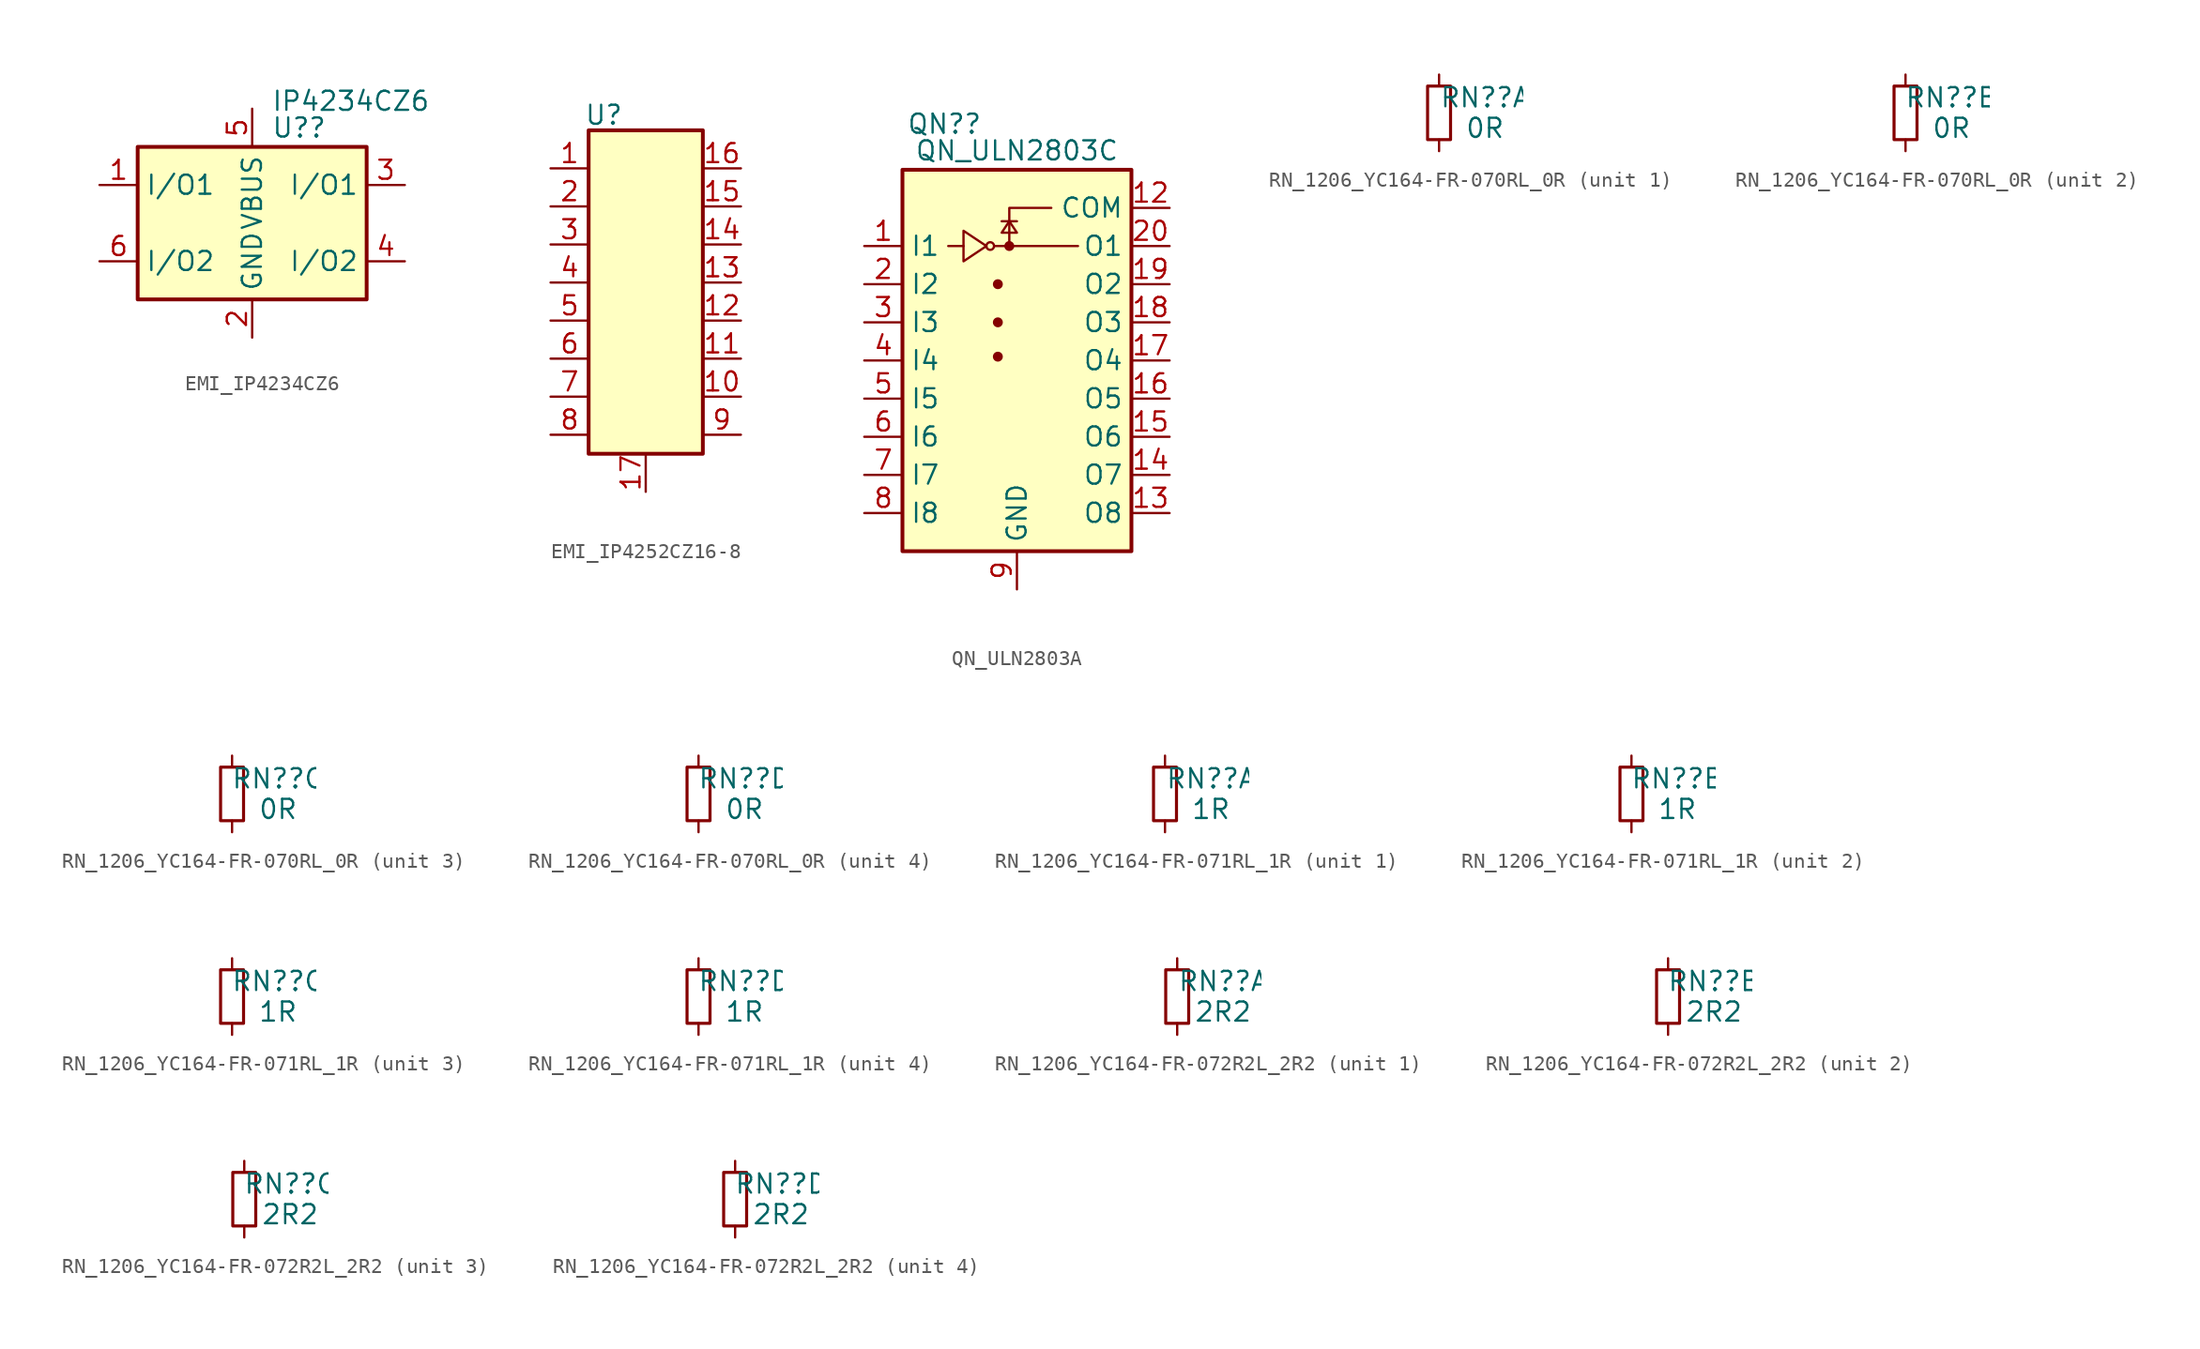
<source format=kicad_sym>
(kicad_symbol_lib
  (version 20231120)
  (generator "kicad_symbol_editor")
  (generator_version "8.0")
  (symbol "EMI_IP4234CZ6"
    (property "Reference" "U?"
      (at 1.27 6.35 0)
      (effects (font (size 1.27 1.27)) (justify left)))
    (property "Value" "IP4234CZ6"
      (at 1.27 8.128 0)
      (effects (font (size 1.27 1.27)) (justify left)))
    (symbol "EMI_IP4234CZ6_0_1"
      (rectangle (start -7.62 5.08) (end 7.62 -5.08) (stroke (width 0.254) (type default)) (fill (type background))))
    (symbol "EMI_IP4234CZ6_1_1"
      (pin passive line (at -10.16 2.54 0) (length 2.54) (name "I/O1" (effects (font (size 1.27 1.27)))) (number "1" (effects (font (size 1.27 1.27)))))
      (pin passive line (at 0 -7.62 90) (length 2.54) (name "GND" (effects (font (size 1.27 1.27)))) (number "2" (effects (font (size 1.27 1.27)))))
      (pin passive line (at 10.16 2.54 180) (length 2.54) (name "I/O1" (effects (font (size 1.27 1.27)))) (number "3" (effects (font (size 1.27 1.27)))))
      (pin passive line (at 10.16 -2.54 180) (length 2.54) (name "I/O2" (effects (font (size 1.27 1.27)))) (number "4" (effects (font (size 1.27 1.27)))))
      (pin passive line (at 0 7.62 270) (length 2.54) (name "VBUS" (effects (font (size 1.27 1.27)))) (number "5" (effects (font (size 1.27 1.27)))))
      (pin passive line (at -10.16 -2.54 0) (length 2.54) (name "I/O2" (effects (font (size 1.27 1.27)))) (number "6" (effects (font (size 1.27 1.27)))))))
  (symbol "EMI_IP4252CZ16-8"
    (property "Reference" "U"
      (at -2.794 3.556 0)
      (effects (font (size 1.27 1.27))))
    (property "Value" ""
      (at 0.254 -0.254 0)
      (effects (font (size 1.27 1.27))))
    (symbol "EMI_IP4252CZ16-8_0_1"
      (rectangle (start -3.81 2.54) (end 3.81 -19.05) (stroke (width 0.254) (type default)) (fill (type background))))
    (symbol "EMI_IP4252CZ16-8_1_1"
      (pin passive line (at -6.35 0 0) (length 2.54) (name "" (effects (font (size 1.27 1.27)))) (number "1" (effects (font (size 1.27 1.27)))))
      (pin passive line (at 6.35 -15.24 180) (length 2.54) (name "" (effects (font (size 1.27 1.27)))) (number "10" (effects (font (size 1.27 1.27)))))
      (pin passive line (at 6.35 -12.7 180) (length 2.54) (name "" (effects (font (size 1.27 1.27)))) (number "11" (effects (font (size 1.27 1.27)))))
      (pin passive line (at 6.35 -10.16 180) (length 2.54) (name "" (effects (font (size 1.27 1.27)))) (number "12" (effects (font (size 1.27 1.27)))))
      (pin passive line (at 6.35 -7.62 180) (length 2.54) (name "" (effects (font (size 1.27 1.27)))) (number "13" (effects (font (size 1.27 1.27)))))
      (pin passive line (at 6.35 -5.08 180) (length 2.54) (name "" (effects (font (size 1.27 1.27)))) (number "14" (effects (font (size 1.27 1.27)))))
      (pin passive line (at 6.35 -2.54 180) (length 2.54) (name "" (effects (font (size 1.27 1.27)))) (number "15" (effects (font (size 1.27 1.27)))))
      (pin passive line (at 6.35 0 180) (length 2.54) (name "" (effects (font (size 1.27 1.27)))) (number "16" (effects (font (size 1.27 1.27)))))
      (pin power_in line (at 0 -21.59 90) (length 2.54) (name "" (effects (font (size 1.27 1.27)))) (number "17" (effects (font (size 1.27 1.27)))))
      (pin passive line (at -6.35 -2.54 0) (length 2.54) (name "" (effects (font (size 1.27 1.27)))) (number "2" (effects (font (size 1.27 1.27)))))
      (pin passive line (at -6.35 -5.08 0) (length 2.54) (name "" (effects (font (size 1.27 1.27)))) (number "3" (effects (font (size 1.27 1.27)))))
      (pin passive line (at -6.35 -7.62 0) (length 2.54) (name "" (effects (font (size 1.27 1.27)))) (number "4" (effects (font (size 1.27 1.27)))))
      (pin passive line (at -6.35 -10.16 0) (length 2.54) (name "" (effects (font (size 1.27 1.27)))) (number "5" (effects (font (size 1.27 1.27)))))
      (pin passive line (at -6.35 -12.7 0) (length 2.54) (name "" (effects (font (size 1.27 1.27)))) (number "6" (effects (font (size 1.27 1.27)))))
      (pin passive line (at -6.35 -15.24 0) (length 2.54) (name "" (effects (font (size 1.27 1.27)))) (number "7" (effects (font (size 1.27 1.27)))))
      (pin passive line (at -6.35 -17.78 0) (length 2.54) (name "" (effects (font (size 1.27 1.27)))) (number "8" (effects (font (size 1.27 1.27)))))
      (pin passive line (at 6.35 -17.78 180) (length 2.54) (name "" (effects (font (size 1.27 1.27)))) (number "9" (effects (font (size 1.27 1.27)))))))
  (symbol "QN_ULN2803A"
    (property "Reference" "QN?"
      (at -4.826 13.208 0)
      (effects (font (size 1.27 1.27))))
    (property "Value" "QN_ULN2803C"
      (at 0 11.43 0)
      (effects (font (size 1.27 1.27))))
    (symbol "QN_ULN2803A_0_1"
      (rectangle (start -7.62 10.16) (end 7.62 -15.24) (stroke (width 0.254) (type default)) (fill (type background)))
      (circle (center -1.778 5.08) (radius 0.254) (stroke (width 0) (type default)) (fill (type none)))
      (circle (center -1.27 -2.286) (radius 0.254) (stroke (width 0) (type default)) (fill (type outline)))
      (circle (center -1.27 0) (radius 0.254) (stroke (width 0) (type default)) (fill (type outline)))
      (circle (center -1.27 2.54) (radius 0.254) (stroke (width 0) (type default)) (fill (type outline)))
      (circle (center -0.508 5.08) (radius 0.254) (stroke (width 0) (type default)) (fill (type outline)))
      (polyline (pts (xy -4.572 5.08) (xy -3.556 5.08)) (stroke (width 0) (type default)) (fill (type none)))
      (polyline (pts (xy -1.524 5.08) (xy 4.064 5.08)) (stroke (width 0) (type default)) (fill (type none)))
      (polyline (pts (xy 0 6.731) (xy -1.016 6.731)) (stroke (width 0) (type default)) (fill (type none)))
      (polyline (pts (xy -0.508 5.08) (xy -0.508 7.62) (xy 2.286 7.62)) (stroke (width 0) (type default)) (fill (type none)))
      (polyline (pts (xy -3.556 6.096) (xy -3.556 4.064) (xy -2.032 5.08) (xy -3.556 6.096)) (stroke (width 0) (type default)) (fill (type none)))
      (polyline (pts (xy 0 5.969) (xy -1.016 5.969) (xy -0.508 6.731) (xy 0 5.969)) (stroke (width 0) (type default)) (fill (type none))))
    (symbol "QN_ULN2803A_1_0"
      (pin no_connect line (at -10.16 8.89 0) (length 2.54) hide (name "nc" (effects (font (size 1.27 1.27)))) (number "10" (effects (font (size 1.27 1.27)))))
      (pin no_connect line (at -10.16 8.89 0) (length 2.54) hide (name "nc" (effects (font (size 1.27 1.27)))) (number "11" (effects (font (size 1.27 1.27))))))
    (symbol "QN_ULN2803A_1_1"
      (pin input line (at -10.16 5.08 0) (length 2.54) (name "I1" (effects (font (size 1.27 1.27)))) (number "1" (effects (font (size 1.27 1.27)))))
      (pin passive line (at 10.16 7.62 180) (length 2.54) (name "COM" (effects (font (size 1.27 1.27)))) (number "12" (effects (font (size 1.27 1.27)))))
      (pin open_collector line (at 10.16 -12.7 180) (length 2.54) (name "O8" (effects (font (size 1.27 1.27)))) (number "13" (effects (font (size 1.27 1.27)))))
      (pin open_collector line (at 10.16 -10.16 180) (length 2.54) (name "O7" (effects (font (size 1.27 1.27)))) (number "14" (effects (font (size 1.27 1.27)))))
      (pin open_collector line (at 10.16 -7.62 180) (length 2.54) (name "O6" (effects (font (size 1.27 1.27)))) (number "15" (effects (font (size 1.27 1.27)))))
      (pin open_collector line (at 10.16 -5.08 180) (length 2.54) (name "O5" (effects (font (size 1.27 1.27)))) (number "16" (effects (font (size 1.27 1.27)))))
      (pin open_collector line (at 10.16 -2.54 180) (length 2.54) (name "O4" (effects (font (size 1.27 1.27)))) (number "17" (effects (font (size 1.27 1.27)))))
      (pin open_collector line (at 10.16 0 180) (length 2.54) (name "O3" (effects (font (size 1.27 1.27)))) (number "18" (effects (font (size 1.27 1.27)))))
      (pin open_collector line (at 10.16 2.54 180) (length 2.54) (name "O2" (effects (font (size 1.27 1.27)))) (number "19" (effects (font (size 1.27 1.27)))))
      (pin input line (at -10.16 2.54 0) (length 2.54) (name "I2" (effects (font (size 1.27 1.27)))) (number "2" (effects (font (size 1.27 1.27)))))
      (pin open_collector line (at 10.16 5.08 180) (length 2.54) (name "O1" (effects (font (size 1.27 1.27)))) (number "20" (effects (font (size 1.27 1.27)))))
      (pin input line (at -10.16 0 0) (length 2.54) (name "I3" (effects (font (size 1.27 1.27)))) (number "3" (effects (font (size 1.27 1.27)))))
      (pin input line (at -10.16 -2.54 0) (length 2.54) (name "I4" (effects (font (size 1.27 1.27)))) (number "4" (effects (font (size 1.27 1.27)))))
      (pin input line (at -10.16 -5.08 0) (length 2.54) (name "I5" (effects (font (size 1.27 1.27)))) (number "5" (effects (font (size 1.27 1.27)))))
      (pin input line (at -10.16 -7.62 0) (length 2.54) (name "I6" (effects (font (size 1.27 1.27)))) (number "6" (effects (font (size 1.27 1.27)))))
      (pin input line (at -10.16 -10.16 0) (length 2.54) (name "I7" (effects (font (size 1.27 1.27)))) (number "7" (effects (font (size 1.27 1.27)))))
      (pin input line (at -10.16 -12.7 0) (length 2.54) (name "I8" (effects (font (size 1.27 1.27)))) (number "8" (effects (font (size 1.27 1.27)))))
      (pin power_in line (at 0 -17.78 90) (length 2.54) (name "GND" (effects (font (size 1.27 1.27)))) (number "9" (effects (font (size 1.27 1.27)))))))
  (symbol "RN_1206_YC164-FR-070RL_0R"
    (pin_numbers hide)
    (pin_names
      (offset 1.016) hide)
    (property "Reference" "RN?"
      (at 3.048 1.016 0)
      (effects (font (size 1.27 1.27))))
    (property "Value" "0R"
      (at 3.048 -1.016 0)
      (effects (font (size 1.27 1.27))))
    (symbol "RN_1206_YC164-FR-070RL_0R_0_1"
      (rectangle (start -0.762 1.778) (end 0.762 -1.778) (stroke (width 0.203) (type default)) (fill (type none))))
    (symbol "RN_1206_YC164-FR-070RL_0R_1_1"
      (pin passive line (at 0 2.54 270) (length 0.762) (name "~" (effects (font (size 1.27 1.27)))) (number "1" (effects (font (size 1.27 1.27)))))
      (pin passive line (at 0 -2.54 90) (length 0.762) (name "~" (effects (font (size 1.27 1.27)))) (number "8" (effects (font (size 1.27 1.27))))))
    (symbol "RN_1206_YC164-FR-070RL_0R_2_1"
      (pin passive line (at 0 2.54 270) (length 0.762) (name "~" (effects (font (size 1.27 1.27)))) (number "2" (effects (font (size 1.27 1.27)))))
      (pin passive line (at 0 -2.54 90) (length 0.762) (name "~" (effects (font (size 1.27 1.27)))) (number "7" (effects (font (size 1.27 1.27))))))
    (symbol "RN_1206_YC164-FR-070RL_0R_3_1"
      (pin passive line (at 0 2.54 270) (length 0.762) (name "~" (effects (font (size 1.27 1.27)))) (number "3" (effects (font (size 1.27 1.27)))))
      (pin passive line (at 0 -2.54 90) (length 0.762) (name "~" (effects (font (size 1.27 1.27)))) (number "6" (effects (font (size 1.27 1.27))))))
    (symbol "RN_1206_YC164-FR-070RL_0R_4_1"
      (pin passive line (at 0 2.54 270) (length 0.762) (name "~" (effects (font (size 1.27 1.27)))) (number "4" (effects (font (size 1.27 1.27)))))
      (pin passive line (at 0 -2.54 90) (length 0.762) (name "~" (effects (font (size 1.27 1.27)))) (number "5" (effects (font (size 1.27 1.27)))))))
  (symbol "RN_1206_YC164-FR-071RL_1R"
    (pin_numbers hide)
    (pin_names
      (offset 1.016) hide)
    (property "Reference" "RN?"
      (at 3.048 1.016 0)
      (effects (font (size 1.27 1.27))))
    (property "Value" "1R"
      (at 3.048 -1.016 0)
      (effects (font (size 1.27 1.27))))
    (symbol "RN_1206_YC164-FR-071RL_1R_0_1"
      (rectangle (start -0.762 1.778) (end 0.762 -1.778) (stroke (width 0.203) (type default)) (fill (type none))))
    (symbol "RN_1206_YC164-FR-071RL_1R_1_1"
      (pin passive line (at 0 2.54 270) (length 0.762) (name "~" (effects (font (size 1.27 1.27)))) (number "1" (effects (font (size 1.27 1.27)))))
      (pin passive line (at 0 -2.54 90) (length 0.762) (name "~" (effects (font (size 1.27 1.27)))) (number "8" (effects (font (size 1.27 1.27))))))
    (symbol "RN_1206_YC164-FR-071RL_1R_2_1"
      (pin passive line (at 0 2.54 270) (length 0.762) (name "~" (effects (font (size 1.27 1.27)))) (number "2" (effects (font (size 1.27 1.27)))))
      (pin passive line (at 0 -2.54 90) (length 0.762) (name "~" (effects (font (size 1.27 1.27)))) (number "7" (effects (font (size 1.27 1.27))))))
    (symbol "RN_1206_YC164-FR-071RL_1R_3_1"
      (pin passive line (at 0 2.54 270) (length 0.762) (name "~" (effects (font (size 1.27 1.27)))) (number "3" (effects (font (size 1.27 1.27)))))
      (pin passive line (at 0 -2.54 90) (length 0.762) (name "~" (effects (font (size 1.27 1.27)))) (number "6" (effects (font (size 1.27 1.27))))))
    (symbol "RN_1206_YC164-FR-071RL_1R_4_1"
      (pin passive line (at 0 2.54 270) (length 0.762) (name "~" (effects (font (size 1.27 1.27)))) (number "4" (effects (font (size 1.27 1.27)))))
      (pin passive line (at 0 -2.54 90) (length 0.762) (name "~" (effects (font (size 1.27 1.27)))) (number "5" (effects (font (size 1.27 1.27)))))))
  (symbol "RN_1206_YC164-FR-072R2L_2R2"
    (pin_numbers hide)
    (pin_names
      (offset 1.016) hide)
    (property "Reference" "RN?"
      (at 3.048 1.016 0)
      (effects (font (size 1.27 1.27))))
    (property "Value" "2R2"
      (at 3.048 -1.016 0)
      (effects (font (size 1.27 1.27))))
    (symbol "RN_1206_YC164-FR-072R2L_2R2_0_1"
      (rectangle (start -0.762 1.778) (end 0.762 -1.778) (stroke (width 0.203) (type default)) (fill (type none))))
    (symbol "RN_1206_YC164-FR-072R2L_2R2_1_1"
      (pin passive line (at 0 2.54 270) (length 0.762) (name "~" (effects (font (size 1.27 1.27)))) (number "1" (effects (font (size 1.27 1.27)))))
      (pin passive line (at 0 -2.54 90) (length 0.762) (name "~" (effects (font (size 1.27 1.27)))) (number "8" (effects (font (size 1.27 1.27))))))
    (symbol "RN_1206_YC164-FR-072R2L_2R2_2_1"
      (pin passive line (at 0 2.54 270) (length 0.762) (name "~" (effects (font (size 1.27 1.27)))) (number "2" (effects (font (size 1.27 1.27)))))
      (pin passive line (at 0 -2.54 90) (length 0.762) (name "~" (effects (font (size 1.27 1.27)))) (number "7" (effects (font (size 1.27 1.27))))))
    (symbol "RN_1206_YC164-FR-072R2L_2R2_3_1"
      (pin passive line (at 0 2.54 270) (length 0.762) (name "~" (effects (font (size 1.27 1.27)))) (number "3" (effects (font (size 1.27 1.27)))))
      (pin passive line (at 0 -2.54 90) (length 0.762) (name "~" (effects (font (size 1.27 1.27)))) (number "6" (effects (font (size 1.27 1.27))))))
    (symbol "RN_1206_YC164-FR-072R2L_2R2_4_1"
      (pin passive line (at 0 2.54 270) (length 0.762) (name "~" (effects (font (size 1.27 1.27)))) (number "4" (effects (font (size 1.27 1.27)))))
      (pin passive line (at 0 -2.54 90) (length 0.762) (name "~" (effects (font (size 1.27 1.27)))) (number "5" (effects (font (size 1.27 1.27))))))))
</source>
